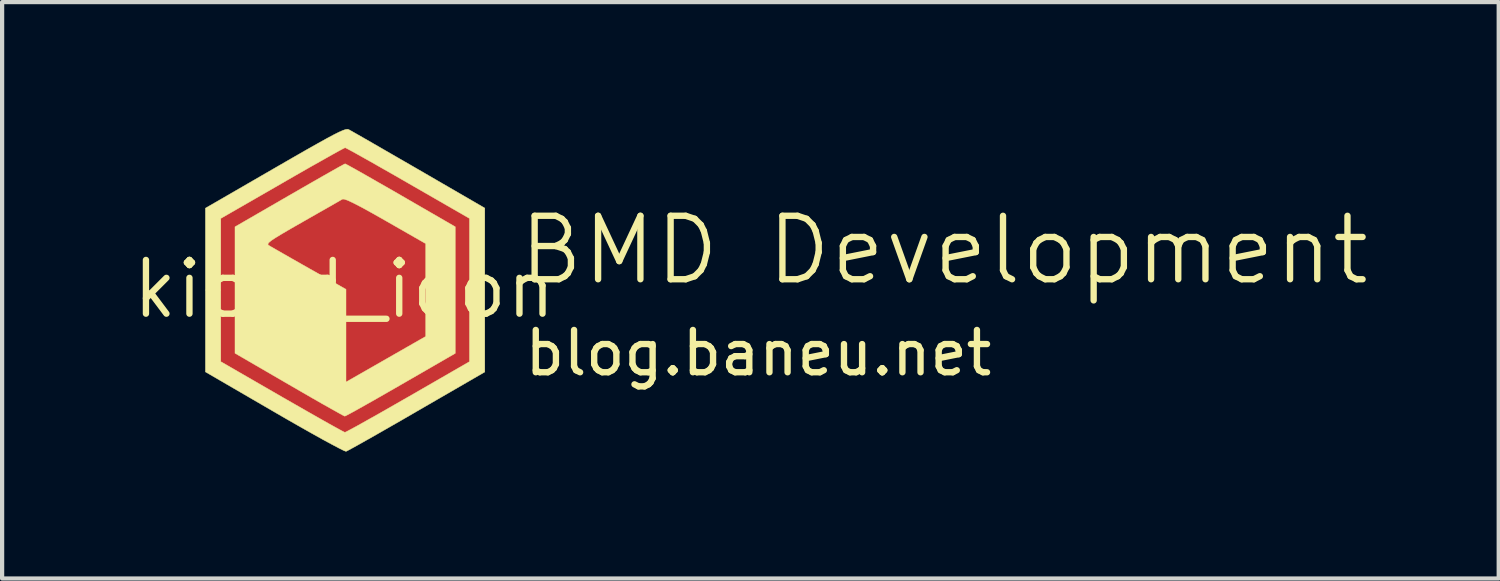
<source format=kicad_pcb>
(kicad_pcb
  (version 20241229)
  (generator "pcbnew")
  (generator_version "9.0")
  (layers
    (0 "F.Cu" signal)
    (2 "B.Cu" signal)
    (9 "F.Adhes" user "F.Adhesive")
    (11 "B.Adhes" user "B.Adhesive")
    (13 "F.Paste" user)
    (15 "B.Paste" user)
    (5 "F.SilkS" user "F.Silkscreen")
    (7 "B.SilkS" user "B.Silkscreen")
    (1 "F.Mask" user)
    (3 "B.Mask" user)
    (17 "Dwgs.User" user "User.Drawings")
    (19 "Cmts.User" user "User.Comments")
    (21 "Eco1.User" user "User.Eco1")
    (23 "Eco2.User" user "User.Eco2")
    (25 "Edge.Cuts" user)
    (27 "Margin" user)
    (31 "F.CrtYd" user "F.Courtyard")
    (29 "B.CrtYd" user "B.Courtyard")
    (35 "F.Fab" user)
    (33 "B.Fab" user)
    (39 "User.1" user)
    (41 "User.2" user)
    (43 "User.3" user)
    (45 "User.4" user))
  (footprint "kicad_icon"
    (layer "F.Cu")
    (at 5.087 3.785)
    (property "Reference" "kicad_icon" (at 0 0 0) (layer "F.SilkS") (effects (font (size 1.27 1.27) (thickness 0.15))))
    (attr through_hole)
    (fp_poly (pts (xy 1.008 -1.649) (xy 1.99 -1.091) (xy 1.99 1.133) (xy 1.013 1.689) (xy 0.753 1.836) (xy 0.517 1.969) (xy 0.316 2.082) (xy 0.159 2.169) (xy 0.057 2.225) (xy 0.018 2.244) (xy 0.013 2.203) (xy 0.009 2.089) (xy 0.005 1.912) (xy 0.002 1.684) (xy -0.000414 1.416) (xy -0.001 1.132) (xy -0.003 0.021) (xy -0.941 -0.511) (xy -1.196 -0.657) (xy -1.426 -0.791) (xy -1.62 -0.907) (xy -1.769 -0.998) (xy -1.863 -1.059) (xy -1.891 -1.083) (xy -1.859 -1.114) (xy -1.764 -1.18) (xy -1.616 -1.273) (xy -1.425 -1.387) (xy -1.202 -1.516) (xy -1.113 -1.566) (xy -0.866 -1.705) (xy -0.634 -1.835) (xy -0.43 -1.95) (xy -0.269 -2.041) (xy -0.163 -2.1) (xy -0.148 -2.109) (xy 0.027 -2.207) (xy 1.008 -1.649)) (stroke (width 0.01) (type solid)) (fill yes) (layer "F.Cu"))
    (fp_poly (pts (xy 0.075 -3.343) (xy 0.194 -3.284) (xy 0.37 -3.192) (xy 0.593 -3.07) (xy 0.856 -2.924) (xy 1.15 -2.758) (xy 1.466 -2.576) (xy 1.556 -2.525) (xy 3.006 -1.686) (xy 3.006 1.728) (xy 1.562 2.562) (xy 1.242 2.747) (xy 0.943 2.918) (xy 0.673 3.071) (xy 0.441 3.202) (xy 0.255 3.305) (xy 0.124 3.377) (xy 0.055 3.411) (xy 0.049 3.413) (xy -0.002 3.397) (xy -0.118 3.341) (xy -0.29 3.252) (xy -0.511 3.133) (xy -0.772 2.989) (xy -1.065 2.824) (xy -1.382 2.643) (xy -1.492 2.579) (xy -2.963 1.728) (xy -2.963 -1.46) (xy -2.537 -1.46) (xy -2.537 0.021) (xy -2.537 1.503) (xy -1.279 2.231) (xy -0.982 2.402) (xy -0.706 2.558) (xy -0.462 2.695) (xy -0.258 2.807) (xy -0.102 2.89) (xy -0.003 2.939) (xy 0.028 2.951) (xy 0.075 2.928) (xy 0.187 2.868) (xy 0.354 2.776) (xy 0.568 2.656) (xy 0.82 2.513) (xy 1.101 2.353) (xy 1.329 2.223) (xy 2.581 1.503) (xy 2.581 -1.46) (xy 1.327 -2.18) (xy 1.03 -2.35) (xy 0.754 -2.506) (xy 0.51 -2.642) (xy 0.305 -2.755) (xy 0.149 -2.838) (xy 0.051 -2.888) (xy 0.02 -2.9) (xy -0.028 -2.879) (xy -0.141 -2.821) (xy -0.309 -2.731) (xy -0.524 -2.612) (xy -0.776 -2.47) (xy -1.057 -2.311) (xy -1.286 -2.18) (xy -2.537 -1.46) (xy -2.963 -1.46) (xy -2.963 -1.685) (xy -1.513 -2.524) (xy -1.192 -2.709) (xy -0.891 -2.88) (xy -0.619 -3.032) (xy -0.384 -3.161) (xy -0.195 -3.262) (xy -0.06 -3.33) (xy 0.013 -3.362) (xy 0.021 -3.364) (xy 0.075 -3.343)) (stroke (width 0.01) (type solid)) (fill yes) (layer "F.Cu"))
    (fp_poly (pts (xy 0.069 -2.16) (xy 0.18 -2.103) (xy 0.343 -2.015) (xy 0.549 -1.901) (xy 0.788 -1.768) (xy 1.028 -1.632) (xy 1.99 -1.084) (xy 1.99 1.126) (xy 1.03 1.674) (xy 0.771 1.822) (xy 0.536 1.956) (xy 0.335 2.07) (xy 0.177 2.159) (xy 0.074 2.216) (xy 0.036 2.237) (xy 0.026 2.2) (xy 0.018 2.09) (xy 0.01 1.916) (xy 0.005 1.691) (xy 0.001 1.424) (xy -0.000444 1.136) (xy -0.001 0.021) (xy -0.953 -0.522) (xy -1.209 -0.669) (xy -1.436 -0.804) (xy -1.627 -0.92) (xy -1.772 -1.012) (xy -1.86 -1.074) (xy -1.885 -1.099) (xy -1.842 -1.13) (xy -1.738 -1.195) (xy -1.584 -1.287) (xy -1.393 -1.399) (xy -1.176 -1.523) (xy -0.946 -1.654) (xy -0.716 -1.784) (xy -0.497 -1.907) (xy -0.301 -2.014) (xy -0.141 -2.1) (xy -0.03 -2.158) (xy 0.022 -2.18) (xy 0.022 -2.18) (xy 0.069 -2.16)) (stroke (width 0.01) (type solid)) (fill yes) (layer "F.Mask"))
    (fp_poly (pts (xy 0.065 -3.366) (xy 0.172 -3.308) (xy 0.337 -3.216) (xy 0.552 -3.095) (xy 0.808 -2.95) (xy 1.097 -2.784) (xy 1.412 -2.603) (xy 1.53 -2.536) (xy 3.006 -1.685) (xy 3.006 1.725) (xy 1.53 2.577) (xy 1.208 2.763) (xy 0.908 2.934) (xy 0.638 3.087) (xy 0.407 3.217) (xy 0.223 3.32) (xy 0.092 3.391) (xy 0.024 3.425) (xy 0.017 3.427) (xy -0.027 3.407) (xy -0.136 3.348) (xy -0.302 3.255) (xy -0.517 3.133) (xy -0.774 2.987) (xy -1.064 2.821) (xy -1.379 2.64) (xy -1.492 2.574) (xy -2.963 1.722) (xy -2.963 0.021) (xy -2.963 -1.46) (xy -2.539 -1.46) (xy -2.539 0.021) (xy -2.539 1.503) (xy -1.28 2.231) (xy -0.983 2.402) (xy -0.708 2.559) (xy -0.466 2.698) (xy -0.263 2.811) (xy -0.11 2.897) (xy -0.014 2.948) (xy 0.015 2.961) (xy 0.059 2.941) (xy 0.168 2.884) (xy 0.332 2.793) (xy 0.544 2.675) (xy 0.794 2.533) (xy 1.074 2.373) (xy 1.316 2.233) (xy 2.582 1.503) (xy 2.582 -1.46) (xy 1.308 -2.196) (xy 0.949 -2.402) (xy 0.656 -2.568) (xy 0.423 -2.696) (xy 0.244 -2.79) (xy 0.114 -2.853) (xy 0.025 -2.887) (xy -0.028 -2.897) (xy -0.042 -2.894) (xy -0.096 -2.865) (xy -0.214 -2.798) (xy -0.387 -2.7) (xy -0.605 -2.575) (xy -0.86 -2.429) (xy -1.142 -2.267) (xy -1.329 -2.159) (xy -2.539 -1.46) (xy -2.963 -1.46) (xy -2.963 -1.68) (xy -1.486 -2.533) (xy -1.163 -2.719) (xy -0.864 -2.891) (xy -0.595 -3.044) (xy -0.364 -3.175) (xy -0.181 -3.278) (xy -0.051 -3.349) (xy 0.015 -3.384) (xy 0.023 -3.387) (xy 0.065 -3.366)) (stroke (width 0.01) (type solid)) (fill yes) (layer "F.Mask"))
    (fp_poly (pts (xy 0.062 -2.943) (xy 0.168 -2.885) (xy 0.331 -2.794) (xy 0.541 -2.675) (xy 0.79 -2.532) (xy 1.071 -2.372) (xy 1.336 -2.219) (xy 2.625 -1.474) (xy 2.625 1.517) (xy 1.336 2.261) (xy 1.035 2.434) (xy 0.757 2.593) (xy 0.511 2.732) (xy 0.305 2.848) (xy 0.147 2.935) (xy 0.047 2.988) (xy 0.013 3.003) (xy -0.031 2.982) (xy -0.138 2.923) (xy -0.302 2.831) (xy -0.514 2.712) (xy -0.764 2.569) (xy -1.044 2.407) (xy -1.302 2.258) (xy -2.582 1.515) (xy -2.582 0.021) (xy -2.582 -1.066) (xy -1.805 -1.066) (xy -1.796 -1.044) (xy -1.79 -1.039) (xy -1.733 -1.004) (xy -1.613 -0.935) (xy -1.442 -0.837) (xy -1.232 -0.717) (xy -0.993 -0.581) (xy -0.836 -0.492) (xy 0.042 0.004) (xy 0.042 2.196) (xy 1.926 1.118) (xy 1.926 -1.076) (xy 0.974 -1.621) (xy 0.656 -1.801) (xy 0.405 -1.939) (xy 0.215 -2.037) (xy 0.08 -2.1) (xy -0.004 -2.128) (xy -0.042 -2.128) (xy -0.096 -2.097) (xy -0.212 -2.03) (xy -0.38 -1.934) (xy -0.588 -1.816) (xy -0.825 -1.681) (xy -0.985 -1.589) (xy -1.264 -1.43) (xy -1.475 -1.306) (xy -1.628 -1.213) (xy -1.729 -1.146) (xy -1.785 -1.098) (xy -1.805 -1.066) (xy -2.582 -1.066) (xy -2.582 -1.473) (xy -1.293 -2.218) (xy -0.993 -2.391) (xy -0.716 -2.55) (xy -0.471 -2.69) (xy -0.266 -2.806) (xy -0.11 -2.894) (xy -0.012 -2.947) (xy 0.021 -2.963) (xy 0.062 -2.943)) (stroke (width 0.01) (type solid)) (fill yes) (layer "F.SilkS"))
    (fp_poly (pts (xy 0.101 -3.775) (xy 0.156 -3.745) (xy 0.276 -3.677) (xy 0.453 -3.576) (xy 0.679 -3.446) (xy 0.946 -3.292) (xy 1.246 -3.119) (xy 1.57 -2.932) (xy 1.757 -2.824) (xy 3.323 -1.916) (xy 3.323 1.958) (xy 1.714 2.889) (xy 1.376 3.085) (xy 1.06 3.266) (xy 0.772 3.431) (xy 0.521 3.573) (xy 0.315 3.689) (xy 0.161 3.774) (xy 0.068 3.824) (xy 0.042 3.835) (xy -0.006 3.818) (xy -0.12 3.761) (xy -0.292 3.67) (xy -0.514 3.55) (xy -0.777 3.403) (xy -1.076 3.234) (xy -1.401 3.048) (xy -1.651 2.903) (xy -3.281 1.956) (xy -3.281 -1.672) (xy -2.918 -1.672) (xy -2.918 0.021) (xy -2.918 1.714) (xy -1.47 2.55) (xy -1.15 2.733) (xy -0.853 2.903) (xy -0.587 3.054) (xy -0.359 3.183) (xy -0.178 3.283) (xy -0.052 3.352) (xy 0.012 3.384) (xy 0.017 3.386) (xy 0.061 3.365) (xy 0.17 3.307) (xy 0.337 3.216) (xy 0.552 3.095) (xy 0.809 2.951) (xy 1.098 2.786) (xy 1.412 2.606) (xy 1.509 2.551) (xy 2.961 1.714) (xy 2.961 -1.672) (xy 1.509 -2.508) (xy 1.189 -2.692) (xy 0.892 -2.861) (xy 0.625 -3.013) (xy 0.397 -3.141) (xy 0.216 -3.242) (xy 0.09 -3.31) (xy 0.027 -3.342) (xy 0.022 -3.344) (xy -0.021 -3.324) (xy -0.13 -3.266) (xy -0.295 -3.174) (xy -0.51 -3.053) (xy -0.766 -2.909) (xy -1.055 -2.744) (xy -1.369 -2.564) (xy -1.465 -2.508) (xy -2.918 -1.672) (xy -3.281 -1.672) (xy -3.281 -1.914) (xy -1.634 -2.866) (xy -1.237 -3.095) (xy -0.906 -3.285) (xy -0.635 -3.438) (xy -0.419 -3.558) (xy -0.249 -3.649) (xy -0.121 -3.713) (xy -0.028 -3.754) (xy 0.037 -3.775) (xy 0.079 -3.78) (xy 0.101 -3.775)) (stroke (width 0.01) (type solid)) (fill yes) (layer "F.SilkS"))
    (fp_text user "blog.baneu.net" (at 9.79 1.51 0) (layer "F.SilkS") (effects (font (size 1 1) (thickness 0.15))))
    (fp_text user "BMD Development" (at 14.18 -0.92 0) (layer "F.SilkS") (effects (font (size 1.5 1.5) (thickness 0.15)))))
  (gr_rect
    (start -3 -3)
    (end 32.378 10.625)
    (stroke (width 0.1) (type default))
    (fill no)
    (layer "Edge.Cuts")))
</source>
